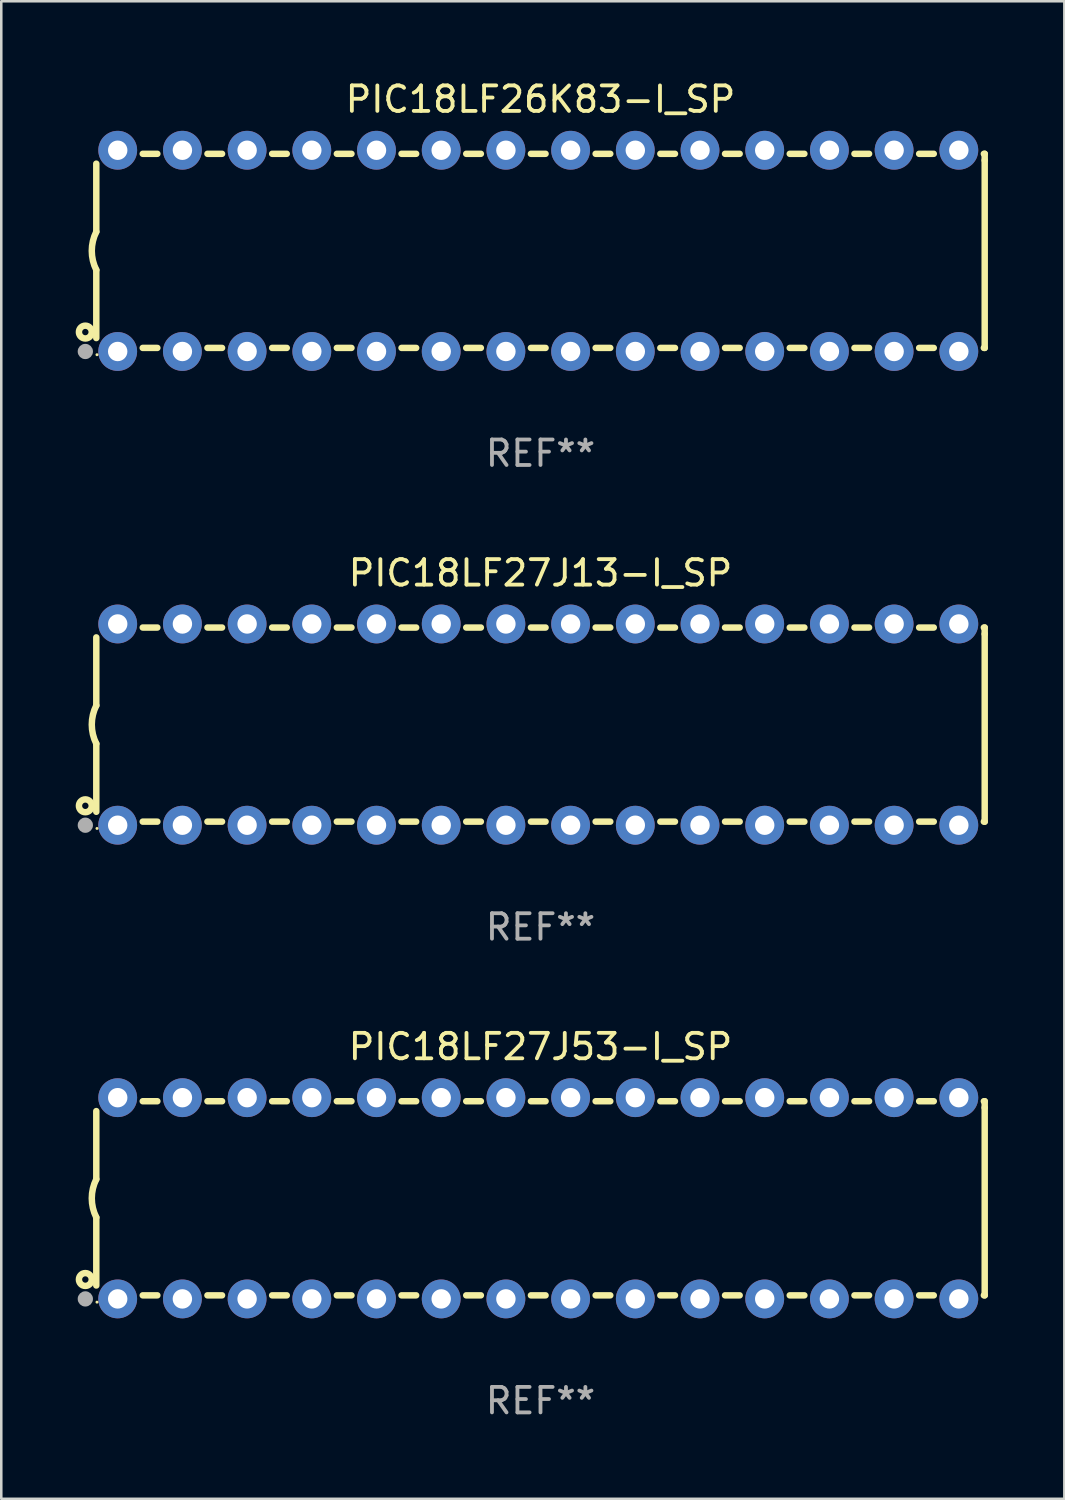
<source format=kicad_pcb>
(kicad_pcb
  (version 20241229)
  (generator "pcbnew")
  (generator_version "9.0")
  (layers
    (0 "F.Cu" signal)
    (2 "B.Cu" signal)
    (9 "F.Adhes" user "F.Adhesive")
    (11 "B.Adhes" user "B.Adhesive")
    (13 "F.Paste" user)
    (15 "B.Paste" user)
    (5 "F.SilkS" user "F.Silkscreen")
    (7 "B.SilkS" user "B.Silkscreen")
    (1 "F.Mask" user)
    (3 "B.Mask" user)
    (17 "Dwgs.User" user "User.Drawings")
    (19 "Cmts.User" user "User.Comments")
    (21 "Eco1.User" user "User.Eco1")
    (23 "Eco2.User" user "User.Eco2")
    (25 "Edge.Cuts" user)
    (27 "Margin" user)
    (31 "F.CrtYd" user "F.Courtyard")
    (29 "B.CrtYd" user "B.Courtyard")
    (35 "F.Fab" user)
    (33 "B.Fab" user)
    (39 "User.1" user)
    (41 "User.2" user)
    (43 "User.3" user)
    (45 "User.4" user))
  (footprint "PIC18LF26K83-I_SP"
    (layer "F.Cu")
    (at 18.168 6.798)
    (property "Reference" "PIC18LF26K83-I_SP" (at 0 -5.95 0) (layer "F.SilkS") (effects (font (size 1 1) (thickness 0.15))))
    (attr through_hole)
    (fp_line (start -17.438 0.75) (end -17.438 3.423) (stroke (width 0.254) (type solid)) (layer "F.SilkS"))
    (fp_line (start -17.438 -3.423) (end -17.438 -0.75) (stroke (width 0.254) (type solid)) (layer "F.SilkS"))
    (fp_line (start -15.615 3.81) (end -15.041 3.81) (stroke (width 0.254) (type solid)) (layer "F.SilkS"))
    (fp_line (start -15.041 -3.81) (end -15.614 -3.81) (stroke (width 0.254) (type solid)) (layer "F.SilkS"))
    (fp_line (start -13.075 3.81) (end -12.501 3.81) (stroke (width 0.254) (type solid)) (layer "F.SilkS"))
    (fp_line (start -12.501 -3.81) (end -13.074 -3.81) (stroke (width 0.254) (type solid)) (layer "F.SilkS"))
    (fp_line (start -10.535 3.81) (end -9.961 3.81) (stroke (width 0.254) (type solid)) (layer "F.SilkS"))
    (fp_line (start -9.961 -3.81) (end -10.534 -3.81) (stroke (width 0.254) (type solid)) (layer "F.SilkS"))
    (fp_line (start -7.995 3.81) (end -7.421 3.81) (stroke (width 0.254) (type solid)) (layer "F.SilkS"))
    (fp_line (start -7.421 -3.81) (end -7.995 -3.81) (stroke (width 0.254) (type solid)) (layer "F.SilkS"))
    (fp_line (start -5.455 3.81) (end -4.881 3.81) (stroke (width 0.254) (type solid)) (layer "F.SilkS"))
    (fp_line (start -4.881 -3.81) (end -5.455 -3.81) (stroke (width 0.254) (type solid)) (layer "F.SilkS"))
    (fp_line (start -2.915 3.81) (end -2.341 3.81) (stroke (width 0.254) (type solid)) (layer "F.SilkS"))
    (fp_line (start -2.341 -3.81) (end -2.915 -3.81) (stroke (width 0.254) (type solid)) (layer "F.SilkS"))
    (fp_line (start -0.375 3.81) (end 0.199 3.81) (stroke (width 0.254) (type solid)) (layer "F.SilkS"))
    (fp_line (start 0.199 -3.81) (end -0.375 -3.81) (stroke (width 0.254) (type solid)) (layer "F.SilkS"))
    (fp_line (start 2.165 3.81) (end 2.739 3.81) (stroke (width 0.254) (type solid)) (layer "F.SilkS"))
    (fp_line (start 2.739 -3.81) (end 2.165 -3.81) (stroke (width 0.254) (type solid)) (layer "F.SilkS"))
    (fp_line (start 4.705 3.81) (end 5.279 3.81) (stroke (width 0.254) (type solid)) (layer "F.SilkS"))
    (fp_line (start 5.279 -3.81) (end 4.705 -3.81) (stroke (width 0.254) (type solid)) (layer "F.SilkS"))
    (fp_line (start 7.245 3.81) (end 7.819 3.81) (stroke (width 0.254) (type solid)) (layer "F.SilkS"))
    (fp_line (start 7.819 -3.81) (end 7.245 -3.81) (stroke (width 0.254) (type solid)) (layer "F.SilkS"))
    (fp_line (start 9.785 3.81) (end 10.359 3.81) (stroke (width 0.254) (type solid)) (layer "F.SilkS"))
    (fp_line (start 10.359 -3.81) (end 9.785 -3.81) (stroke (width 0.254) (type solid)) (layer "F.SilkS"))
    (fp_line (start 12.325 3.81) (end 12.899 3.81) (stroke (width 0.254) (type solid)) (layer "F.SilkS"))
    (fp_line (start 12.899 -3.81) (end 12.325 -3.81) (stroke (width 0.254) (type solid)) (layer "F.SilkS"))
    (fp_line (start 14.865 3.81) (end 15.439 3.81) (stroke (width 0.254) (type solid)) (layer "F.SilkS"))
    (fp_line (start 15.439 -3.81) (end 14.865 -3.81) (stroke (width 0.254) (type solid)) (layer "F.SilkS"))
    (fp_line (start 17.405 3.81) (end 17.438 3.81) (stroke (width 0.254) (type solid)) (layer "F.SilkS"))
    (fp_line (start 17.438 -3.81) (end 17.405 -3.81) (stroke (width 0.254) (type solid)) (layer "F.SilkS"))
    (fp_line (start 17.438 -3.556) (end 17.438 -3.81) (stroke (width 0.254) (type solid)) (layer "F.SilkS"))
    (fp_line (start 17.438 3.81) (end 17.438 -3.556) (stroke (width 0.254) (type solid)) (layer "F.SilkS"))
    (fp_arc (start -17.437986 0.749657) (mid -17.614887 -0.000024) (end -17.437783 -0.749657) (stroke (width 0.254001) (type solid)) (layer "F.SilkS"))
    (fp_circle (center -17.868 3.188) (end -17.743 3.188) (stroke (width 0.254) (type solid)) (fill no) (layer "F.SilkS"))
    (fp_circle (center -17.411 4.077) (end -17.381 4.077) (stroke (width 0.06) (type solid)) (fill no) (layer "F.SilkS"))
    (fp_circle (center -17.868 3.95) (end -17.718 3.95) (stroke (width 0.3) (type solid)) (fill no) (layer "F.Fab"))
    (fp_text user "REF**" (at 0 7.95 0) (layer "F.Fab") (effects (font (size 1 1) (thickness 0.15))))
    (pad "1" thru_hole circle (at -16.598 3.95) (size 1.524 1.524) (drill 0.762) (layers "*.Cu" "*.Mask"))
    (pad "2" thru_hole circle (at -14.058 3.95) (size 1.524 1.524) (drill 0.762) (layers "*.Cu" "*.Mask"))
    (pad "3" thru_hole circle (at -11.518 3.95) (size 1.524 1.524) (drill 0.762) (layers "*.Cu" "*.Mask"))
    (pad "4" thru_hole circle (at -8.978 3.95) (size 1.524 1.524) (drill 0.762) (layers "*.Cu" "*.Mask"))
    (pad "5" thru_hole circle (at -6.438 3.95) (size 1.524 1.524) (drill 0.762) (layers "*.Cu" "*.Mask"))
    (pad "6" thru_hole circle (at -3.898 3.95) (size 1.524 1.524) (drill 0.762) (layers "*.Cu" "*.Mask"))
    (pad "7" thru_hole circle (at -1.358 3.95) (size 1.524 1.524) (drill 0.762) (layers "*.Cu" "*.Mask"))
    (pad "8" thru_hole circle (at 1.182 3.95) (size 1.524 1.524) (drill 0.762) (layers "*.Cu" "*.Mask"))
    (pad "9" thru_hole circle (at 3.722 3.95) (size 1.524 1.524) (drill 0.762) (layers "*.Cu" "*.Mask"))
    (pad "10" thru_hole circle (at 6.262 3.95) (size 1.524 1.524) (drill 0.762) (layers "*.Cu" "*.Mask"))
    (pad "11" thru_hole circle (at 8.802 3.95) (size 1.524 1.524) (drill 0.762) (layers "*.Cu" "*.Mask"))
    (pad "12" thru_hole circle (at 11.342 3.95) (size 1.524 1.524) (drill 0.762) (layers "*.Cu" "*.Mask"))
    (pad "13" thru_hole circle (at 13.882 3.95) (size 1.524 1.524) (drill 0.762) (layers "*.Cu" "*.Mask"))
    (pad "14" thru_hole circle (at 16.422 3.95) (size 1.524 1.524) (drill 0.762) (layers "*.Cu" "*.Mask"))
    (pad "15" thru_hole circle (at 16.422 -3.95) (size 1.524 1.524) (drill 0.762) (layers "*.Cu" "*.Mask"))
    (pad "16" thru_hole circle (at 13.882 -3.95) (size 1.524 1.524) (drill 0.762) (layers "*.Cu" "*.Mask"))
    (pad "17" thru_hole circle (at 11.342 -3.95) (size 1.524 1.524) (drill 0.762) (layers "*.Cu" "*.Mask"))
    (pad "18" thru_hole circle (at 8.802 -3.95) (size 1.524 1.524) (drill 0.762) (layers "*.Cu" "*.Mask"))
    (pad "19" thru_hole circle (at 6.262 -3.95) (size 1.524 1.524) (drill 0.762) (layers "*.Cu" "*.Mask"))
    (pad "20" thru_hole circle (at 3.722 -3.95) (size 1.524 1.524) (drill 0.762) (layers "*.Cu" "*.Mask"))
    (pad "21" thru_hole circle (at 1.182 -3.95) (size 1.524 1.524) (drill 0.762) (layers "*.Cu" "*.Mask"))
    (pad "22" thru_hole circle (at -1.358 -3.95) (size 1.524 1.524) (drill 0.762) (layers "*.Cu" "*.Mask"))
    (pad "23" thru_hole circle (at -3.898 -3.95) (size 1.524 1.524) (drill 0.762) (layers "*.Cu" "*.Mask"))
    (pad "24" thru_hole circle (at -6.438 -3.95) (size 1.524 1.524) (drill 0.762) (layers "*.Cu" "*.Mask"))
    (pad "25" thru_hole circle (at -8.978 -3.95) (size 1.524 1.524) (drill 0.762) (layers "*.Cu" "*.Mask"))
    (pad "26" thru_hole circle (at -11.517 -3.95) (size 1.524 1.524) (drill 0.762) (layers "*.Cu" "*.Mask"))
    (pad "27" thru_hole circle (at -14.057 -3.95) (size 1.524 1.524) (drill 0.762) (layers "*.Cu" "*.Mask"))
    (pad "28" thru_hole circle (at -16.597 -3.95) (size 1.524 1.524) (drill 0.762) (layers "*.Cu" "*.Mask")))
  (footprint "PIC18LF27J53-I_SP"
    (layer "F.Cu")
    (at 18.168 43.991)
    (property "Reference" "PIC18LF27J53-I_SP" (at 0 -5.95 0) (layer "F.SilkS") (effects (font (size 1 1) (thickness 0.15))))
    (attr through_hole)
    (fp_line (start -17.438 0.75) (end -17.438 3.423) (stroke (width 0.254) (type solid)) (layer "F.SilkS"))
    (fp_line (start -17.438 -3.423) (end -17.438 -0.75) (stroke (width 0.254) (type solid)) (layer "F.SilkS"))
    (fp_line (start -15.615 3.81) (end -15.041 3.81) (stroke (width 0.254) (type solid)) (layer "F.SilkS"))
    (fp_line (start -15.041 -3.81) (end -15.614 -3.81) (stroke (width 0.254) (type solid)) (layer "F.SilkS"))
    (fp_line (start -13.075 3.81) (end -12.501 3.81) (stroke (width 0.254) (type solid)) (layer "F.SilkS"))
    (fp_line (start -12.501 -3.81) (end -13.074 -3.81) (stroke (width 0.254) (type solid)) (layer "F.SilkS"))
    (fp_line (start -10.535 3.81) (end -9.961 3.81) (stroke (width 0.254) (type solid)) (layer "F.SilkS"))
    (fp_line (start -9.961 -3.81) (end -10.534 -3.81) (stroke (width 0.254) (type solid)) (layer "F.SilkS"))
    (fp_line (start -7.995 3.81) (end -7.421 3.81) (stroke (width 0.254) (type solid)) (layer "F.SilkS"))
    (fp_line (start -7.421 -3.81) (end -7.995 -3.81) (stroke (width 0.254) (type solid)) (layer "F.SilkS"))
    (fp_line (start -5.455 3.81) (end -4.881 3.81) (stroke (width 0.254) (type solid)) (layer "F.SilkS"))
    (fp_line (start -4.881 -3.81) (end -5.455 -3.81) (stroke (width 0.254) (type solid)) (layer "F.SilkS"))
    (fp_line (start -2.915 3.81) (end -2.341 3.81) (stroke (width 0.254) (type solid)) (layer "F.SilkS"))
    (fp_line (start -2.341 -3.81) (end -2.915 -3.81) (stroke (width 0.254) (type solid)) (layer "F.SilkS"))
    (fp_line (start -0.375 3.81) (end 0.199 3.81) (stroke (width 0.254) (type solid)) (layer "F.SilkS"))
    (fp_line (start 0.199 -3.81) (end -0.375 -3.81) (stroke (width 0.254) (type solid)) (layer "F.SilkS"))
    (fp_line (start 2.165 3.81) (end 2.739 3.81) (stroke (width 0.254) (type solid)) (layer "F.SilkS"))
    (fp_line (start 2.739 -3.81) (end 2.165 -3.81) (stroke (width 0.254) (type solid)) (layer "F.SilkS"))
    (fp_line (start 4.705 3.81) (end 5.279 3.81) (stroke (width 0.254) (type solid)) (layer "F.SilkS"))
    (fp_line (start 5.279 -3.81) (end 4.705 -3.81) (stroke (width 0.254) (type solid)) (layer "F.SilkS"))
    (fp_line (start 7.245 3.81) (end 7.819 3.81) (stroke (width 0.254) (type solid)) (layer "F.SilkS"))
    (fp_line (start 7.819 -3.81) (end 7.245 -3.81) (stroke (width 0.254) (type solid)) (layer "F.SilkS"))
    (fp_line (start 9.785 3.81) (end 10.359 3.81) (stroke (width 0.254) (type solid)) (layer "F.SilkS"))
    (fp_line (start 10.359 -3.81) (end 9.785 -3.81) (stroke (width 0.254) (type solid)) (layer "F.SilkS"))
    (fp_line (start 12.325 3.81) (end 12.899 3.81) (stroke (width 0.254) (type solid)) (layer "F.SilkS"))
    (fp_line (start 12.899 -3.81) (end 12.325 -3.81) (stroke (width 0.254) (type solid)) (layer "F.SilkS"))
    (fp_line (start 14.865 3.81) (end 15.439 3.81) (stroke (width 0.254) (type solid)) (layer "F.SilkS"))
    (fp_line (start 15.439 -3.81) (end 14.865 -3.81) (stroke (width 0.254) (type solid)) (layer "F.SilkS"))
    (fp_line (start 17.405 3.81) (end 17.438 3.81) (stroke (width 0.254) (type solid)) (layer "F.SilkS"))
    (fp_line (start 17.438 -3.81) (end 17.405 -3.81) (stroke (width 0.254) (type solid)) (layer "F.SilkS"))
    (fp_line (start 17.438 -3.556) (end 17.438 -3.81) (stroke (width 0.254) (type solid)) (layer "F.SilkS"))
    (fp_line (start 17.438 3.81) (end 17.438 -3.556) (stroke (width 0.254) (type solid)) (layer "F.SilkS"))
    (fp_arc (start -17.437986 0.749657) (mid -17.614887 -0.000024) (end -17.437783 -0.749657) (stroke (width 0.254001) (type solid)) (layer "F.SilkS"))
    (fp_circle (center -17.868 3.188) (end -17.743 3.188) (stroke (width 0.254) (type solid)) (fill no) (layer "F.SilkS"))
    (fp_circle (center -17.411 4.077) (end -17.381 4.077) (stroke (width 0.06) (type solid)) (fill no) (layer "F.SilkS"))
    (fp_circle (center -17.868 3.95) (end -17.718 3.95) (stroke (width 0.3) (type solid)) (fill no) (layer "F.Fab"))
    (fp_text user "REF**" (at 0 7.95 0) (layer "F.Fab") (effects (font (size 1 1) (thickness 0.15))))
    (pad "1" thru_hole circle (at -16.598 3.95) (size 1.524 1.524) (drill 0.762) (layers "*.Cu" "*.Mask"))
    (pad "2" thru_hole circle (at -14.058 3.95) (size 1.524 1.524) (drill 0.762) (layers "*.Cu" "*.Mask"))
    (pad "3" thru_hole circle (at -11.518 3.95) (size 1.524 1.524) (drill 0.762) (layers "*.Cu" "*.Mask"))
    (pad "4" thru_hole circle (at -8.978 3.95) (size 1.524 1.524) (drill 0.762) (layers "*.Cu" "*.Mask"))
    (pad "5" thru_hole circle (at -6.438 3.95) (size 1.524 1.524) (drill 0.762) (layers "*.Cu" "*.Mask"))
    (pad "6" thru_hole circle (at -3.898 3.95) (size 1.524 1.524) (drill 0.762) (layers "*.Cu" "*.Mask"))
    (pad "7" thru_hole circle (at -1.358 3.95) (size 1.524 1.524) (drill 0.762) (layers "*.Cu" "*.Mask"))
    (pad "8" thru_hole circle (at 1.182 3.95) (size 1.524 1.524) (drill 0.762) (layers "*.Cu" "*.Mask"))
    (pad "9" thru_hole circle (at 3.722 3.95) (size 1.524 1.524) (drill 0.762) (layers "*.Cu" "*.Mask"))
    (pad "10" thru_hole circle (at 6.262 3.95) (size 1.524 1.524) (drill 0.762) (layers "*.Cu" "*.Mask"))
    (pad "11" thru_hole circle (at 8.802 3.95) (size 1.524 1.524) (drill 0.762) (layers "*.Cu" "*.Mask"))
    (pad "12" thru_hole circle (at 11.342 3.95) (size 1.524 1.524) (drill 0.762) (layers "*.Cu" "*.Mask"))
    (pad "13" thru_hole circle (at 13.882 3.95) (size 1.524 1.524) (drill 0.762) (layers "*.Cu" "*.Mask"))
    (pad "14" thru_hole circle (at 16.422 3.95) (size 1.524 1.524) (drill 0.762) (layers "*.Cu" "*.Mask"))
    (pad "15" thru_hole circle (at 16.422 -3.95) (size 1.524 1.524) (drill 0.762) (layers "*.Cu" "*.Mask"))
    (pad "16" thru_hole circle (at 13.882 -3.95) (size 1.524 1.524) (drill 0.762) (layers "*.Cu" "*.Mask"))
    (pad "17" thru_hole circle (at 11.342 -3.95) (size 1.524 1.524) (drill 0.762) (layers "*.Cu" "*.Mask"))
    (pad "18" thru_hole circle (at 8.802 -3.95) (size 1.524 1.524) (drill 0.762) (layers "*.Cu" "*.Mask"))
    (pad "19" thru_hole circle (at 6.262 -3.95) (size 1.524 1.524) (drill 0.762) (layers "*.Cu" "*.Mask"))
    (pad "20" thru_hole circle (at 3.722 -3.95) (size 1.524 1.524) (drill 0.762) (layers "*.Cu" "*.Mask"))
    (pad "21" thru_hole circle (at 1.182 -3.95) (size 1.524 1.524) (drill 0.762) (layers "*.Cu" "*.Mask"))
    (pad "22" thru_hole circle (at -1.358 -3.95) (size 1.524 1.524) (drill 0.762) (layers "*.Cu" "*.Mask"))
    (pad "23" thru_hole circle (at -3.898 -3.95) (size 1.524 1.524) (drill 0.762) (layers "*.Cu" "*.Mask"))
    (pad "24" thru_hole circle (at -6.438 -3.95) (size 1.524 1.524) (drill 0.762) (layers "*.Cu" "*.Mask"))
    (pad "25" thru_hole circle (at -8.978 -3.95) (size 1.524 1.524) (drill 0.762) (layers "*.Cu" "*.Mask"))
    (pad "26" thru_hole circle (at -11.517 -3.95) (size 1.524 1.524) (drill 0.762) (layers "*.Cu" "*.Mask"))
    (pad "27" thru_hole circle (at -14.057 -3.95) (size 1.524 1.524) (drill 0.762) (layers "*.Cu" "*.Mask"))
    (pad "28" thru_hole circle (at -16.597 -3.95) (size 1.524 1.524) (drill 0.762) (layers "*.Cu" "*.Mask")))
  (footprint "PIC18LF27J13-I_SP"
    (layer "F.Cu")
    (at 18.168 25.395)
    (property "Reference" "PIC18LF27J13-I_SP" (at 0 -5.95 0) (layer "F.SilkS") (effects (font (size 1 1) (thickness 0.15))))
    (attr through_hole)
    (fp_line (start -17.438 0.75) (end -17.438 3.423) (stroke (width 0.254) (type solid)) (layer "F.SilkS"))
    (fp_line (start -17.438 -3.423) (end -17.438 -0.75) (stroke (width 0.254) (type solid)) (layer "F.SilkS"))
    (fp_line (start -15.615 3.81) (end -15.041 3.81) (stroke (width 0.254) (type solid)) (layer "F.SilkS"))
    (fp_line (start -15.041 -3.81) (end -15.614 -3.81) (stroke (width 0.254) (type solid)) (layer "F.SilkS"))
    (fp_line (start -13.075 3.81) (end -12.501 3.81) (stroke (width 0.254) (type solid)) (layer "F.SilkS"))
    (fp_line (start -12.501 -3.81) (end -13.074 -3.81) (stroke (width 0.254) (type solid)) (layer "F.SilkS"))
    (fp_line (start -10.535 3.81) (end -9.961 3.81) (stroke (width 0.254) (type solid)) (layer "F.SilkS"))
    (fp_line (start -9.961 -3.81) (end -10.534 -3.81) (stroke (width 0.254) (type solid)) (layer "F.SilkS"))
    (fp_line (start -7.995 3.81) (end -7.421 3.81) (stroke (width 0.254) (type solid)) (layer "F.SilkS"))
    (fp_line (start -7.421 -3.81) (end -7.995 -3.81) (stroke (width 0.254) (type solid)) (layer "F.SilkS"))
    (fp_line (start -5.455 3.81) (end -4.881 3.81) (stroke (width 0.254) (type solid)) (layer "F.SilkS"))
    (fp_line (start -4.881 -3.81) (end -5.455 -3.81) (stroke (width 0.254) (type solid)) (layer "F.SilkS"))
    (fp_line (start -2.915 3.81) (end -2.341 3.81) (stroke (width 0.254) (type solid)) (layer "F.SilkS"))
    (fp_line (start -2.341 -3.81) (end -2.915 -3.81) (stroke (width 0.254) (type solid)) (layer "F.SilkS"))
    (fp_line (start -0.375 3.81) (end 0.199 3.81) (stroke (width 0.254) (type solid)) (layer "F.SilkS"))
    (fp_line (start 0.199 -3.81) (end -0.375 -3.81) (stroke (width 0.254) (type solid)) (layer "F.SilkS"))
    (fp_line (start 2.165 3.81) (end 2.739 3.81) (stroke (width 0.254) (type solid)) (layer "F.SilkS"))
    (fp_line (start 2.739 -3.81) (end 2.165 -3.81) (stroke (width 0.254) (type solid)) (layer "F.SilkS"))
    (fp_line (start 4.705 3.81) (end 5.279 3.81) (stroke (width 0.254) (type solid)) (layer "F.SilkS"))
    (fp_line (start 5.279 -3.81) (end 4.705 -3.81) (stroke (width 0.254) (type solid)) (layer "F.SilkS"))
    (fp_line (start 7.245 3.81) (end 7.819 3.81) (stroke (width 0.254) (type solid)) (layer "F.SilkS"))
    (fp_line (start 7.819 -3.81) (end 7.245 -3.81) (stroke (width 0.254) (type solid)) (layer "F.SilkS"))
    (fp_line (start 9.785 3.81) (end 10.359 3.81) (stroke (width 0.254) (type solid)) (layer "F.SilkS"))
    (fp_line (start 10.359 -3.81) (end 9.785 -3.81) (stroke (width 0.254) (type solid)) (layer "F.SilkS"))
    (fp_line (start 12.325 3.81) (end 12.899 3.81) (stroke (width 0.254) (type solid)) (layer "F.SilkS"))
    (fp_line (start 12.899 -3.81) (end 12.325 -3.81) (stroke (width 0.254) (type solid)) (layer "F.SilkS"))
    (fp_line (start 14.865 3.81) (end 15.439 3.81) (stroke (width 0.254) (type solid)) (layer "F.SilkS"))
    (fp_line (start 15.439 -3.81) (end 14.865 -3.81) (stroke (width 0.254) (type solid)) (layer "F.SilkS"))
    (fp_line (start 17.405 3.81) (end 17.438 3.81) (stroke (width 0.254) (type solid)) (layer "F.SilkS"))
    (fp_line (start 17.438 -3.81) (end 17.405 -3.81) (stroke (width 0.254) (type solid)) (layer "F.SilkS"))
    (fp_line (start 17.438 -3.556) (end 17.438 -3.81) (stroke (width 0.254) (type solid)) (layer "F.SilkS"))
    (fp_line (start 17.438 3.81) (end 17.438 -3.556) (stroke (width 0.254) (type solid)) (layer "F.SilkS"))
    (fp_arc (start -17.437986 0.749657) (mid -17.614887 -0.000024) (end -17.437783 -0.749657) (stroke (width 0.254001) (type solid)) (layer "F.SilkS"))
    (fp_circle (center -17.868 3.188) (end -17.743 3.188) (stroke (width 0.254) (type solid)) (fill no) (layer "F.SilkS"))
    (fp_circle (center -17.411 4.077) (end -17.381 4.077) (stroke (width 0.06) (type solid)) (fill no) (layer "F.SilkS"))
    (fp_circle (center -17.868 3.95) (end -17.718 3.95) (stroke (width 0.3) (type solid)) (fill no) (layer "F.Fab"))
    (fp_text user "REF**" (at 0 7.95 0) (layer "F.Fab") (effects (font (size 1 1) (thickness 0.15))))
    (pad "1" thru_hole circle (at -16.598 3.95) (size 1.524 1.524) (drill 0.762) (layers "*.Cu" "*.Mask"))
    (pad "2" thru_hole circle (at -14.058 3.95) (size 1.524 1.524) (drill 0.762) (layers "*.Cu" "*.Mask"))
    (pad "3" thru_hole circle (at -11.518 3.95) (size 1.524 1.524) (drill 0.762) (layers "*.Cu" "*.Mask"))
    (pad "4" thru_hole circle (at -8.978 3.95) (size 1.524 1.524) (drill 0.762) (layers "*.Cu" "*.Mask"))
    (pad "5" thru_hole circle (at -6.438 3.95) (size 1.524 1.524) (drill 0.762) (layers "*.Cu" "*.Mask"))
    (pad "6" thru_hole circle (at -3.898 3.95) (size 1.524 1.524) (drill 0.762) (layers "*.Cu" "*.Mask"))
    (pad "7" thru_hole circle (at -1.358 3.95) (size 1.524 1.524) (drill 0.762) (layers "*.Cu" "*.Mask"))
    (pad "8" thru_hole circle (at 1.182 3.95) (size 1.524 1.524) (drill 0.762) (layers "*.Cu" "*.Mask"))
    (pad "9" thru_hole circle (at 3.722 3.95) (size 1.524 1.524) (drill 0.762) (layers "*.Cu" "*.Mask"))
    (pad "10" thru_hole circle (at 6.262 3.95) (size 1.524 1.524) (drill 0.762) (layers "*.Cu" "*.Mask"))
    (pad "11" thru_hole circle (at 8.802 3.95) (size 1.524 1.524) (drill 0.762) (layers "*.Cu" "*.Mask"))
    (pad "12" thru_hole circle (at 11.342 3.95) (size 1.524 1.524) (drill 0.762) (layers "*.Cu" "*.Mask"))
    (pad "13" thru_hole circle (at 13.882 3.95) (size 1.524 1.524) (drill 0.762) (layers "*.Cu" "*.Mask"))
    (pad "14" thru_hole circle (at 16.422 3.95) (size 1.524 1.524) (drill 0.762) (layers "*.Cu" "*.Mask"))
    (pad "15" thru_hole circle (at 16.422 -3.95) (size 1.524 1.524) (drill 0.762) (layers "*.Cu" "*.Mask"))
    (pad "16" thru_hole circle (at 13.882 -3.95) (size 1.524 1.524) (drill 0.762) (layers "*.Cu" "*.Mask"))
    (pad "17" thru_hole circle (at 11.342 -3.95) (size 1.524 1.524) (drill 0.762) (layers "*.Cu" "*.Mask"))
    (pad "18" thru_hole circle (at 8.802 -3.95) (size 1.524 1.524) (drill 0.762) (layers "*.Cu" "*.Mask"))
    (pad "19" thru_hole circle (at 6.262 -3.95) (size 1.524 1.524) (drill 0.762) (layers "*.Cu" "*.Mask"))
    (pad "20" thru_hole circle (at 3.722 -3.95) (size 1.524 1.524) (drill 0.762) (layers "*.Cu" "*.Mask"))
    (pad "21" thru_hole circle (at 1.182 -3.95) (size 1.524 1.524) (drill 0.762) (layers "*.Cu" "*.Mask"))
    (pad "22" thru_hole circle (at -1.358 -3.95) (size 1.524 1.524) (drill 0.762) (layers "*.Cu" "*.Mask"))
    (pad "23" thru_hole circle (at -3.898 -3.95) (size 1.524 1.524) (drill 0.762) (layers "*.Cu" "*.Mask"))
    (pad "24" thru_hole circle (at -6.438 -3.95) (size 1.524 1.524) (drill 0.762) (layers "*.Cu" "*.Mask"))
    (pad "25" thru_hole circle (at -8.978 -3.95) (size 1.524 1.524) (drill 0.762) (layers "*.Cu" "*.Mask"))
    (pad "26" thru_hole circle (at -11.517 -3.95) (size 1.524 1.524) (drill 0.762) (layers "*.Cu" "*.Mask"))
    (pad "27" thru_hole circle (at -14.057 -3.95) (size 1.524 1.524) (drill 0.762) (layers "*.Cu" "*.Mask"))
    (pad "28" thru_hole circle (at -16.597 -3.95) (size 1.524 1.524) (drill 0.762) (layers "*.Cu" "*.Mask")))
  (gr_rect
    (start -3 -3)
    (end 38.733 55.789)
    (stroke (width 0.1) (type default))
    (fill no)
    (layer "Edge.Cuts")))
</source>
